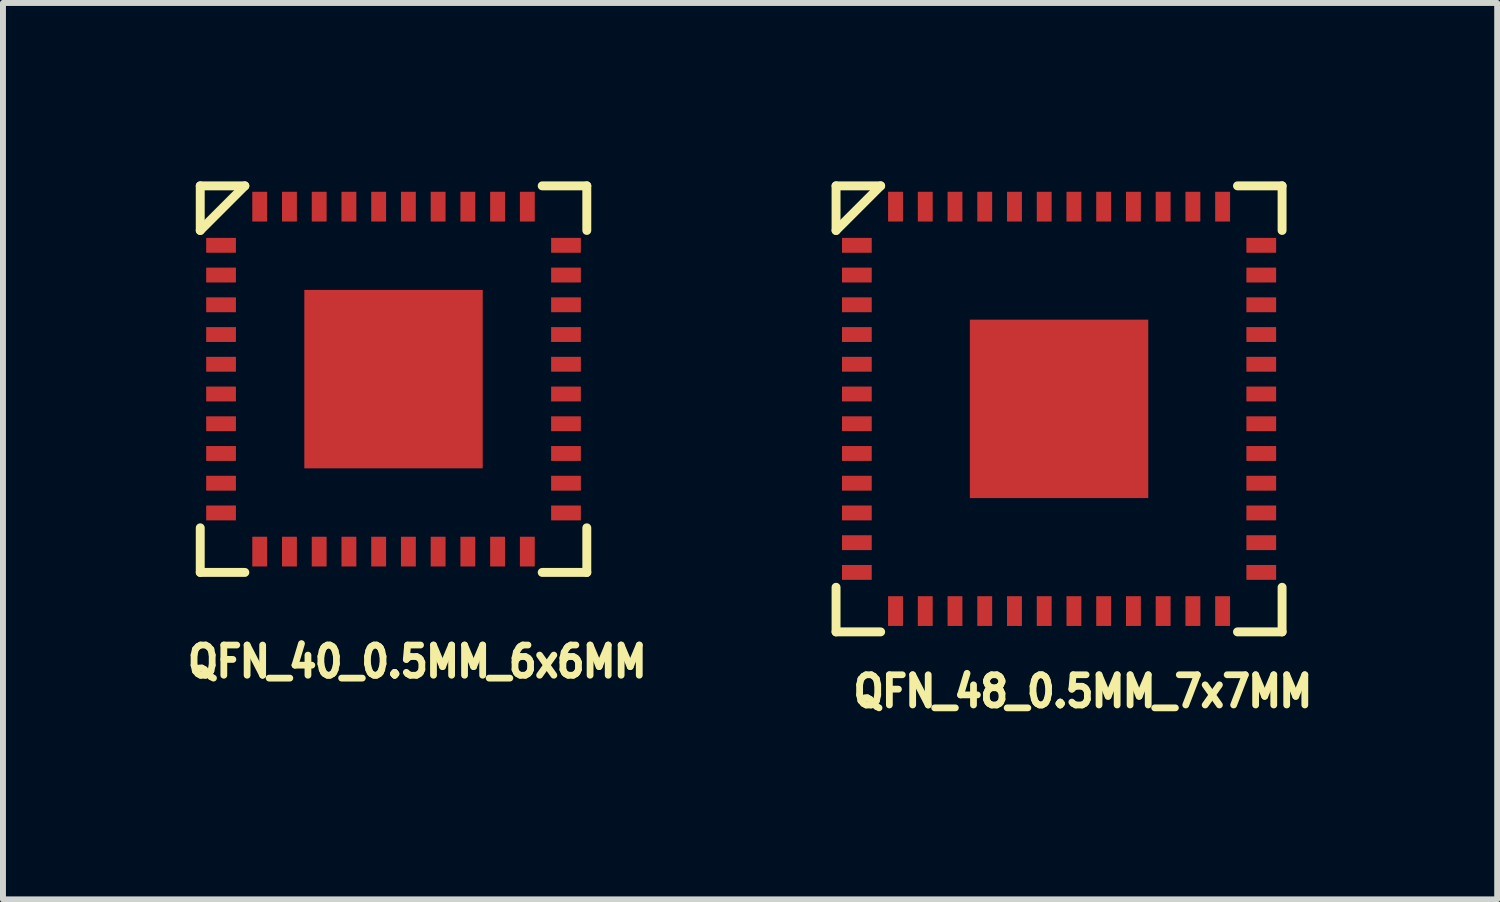
<source format=kicad_pcb>
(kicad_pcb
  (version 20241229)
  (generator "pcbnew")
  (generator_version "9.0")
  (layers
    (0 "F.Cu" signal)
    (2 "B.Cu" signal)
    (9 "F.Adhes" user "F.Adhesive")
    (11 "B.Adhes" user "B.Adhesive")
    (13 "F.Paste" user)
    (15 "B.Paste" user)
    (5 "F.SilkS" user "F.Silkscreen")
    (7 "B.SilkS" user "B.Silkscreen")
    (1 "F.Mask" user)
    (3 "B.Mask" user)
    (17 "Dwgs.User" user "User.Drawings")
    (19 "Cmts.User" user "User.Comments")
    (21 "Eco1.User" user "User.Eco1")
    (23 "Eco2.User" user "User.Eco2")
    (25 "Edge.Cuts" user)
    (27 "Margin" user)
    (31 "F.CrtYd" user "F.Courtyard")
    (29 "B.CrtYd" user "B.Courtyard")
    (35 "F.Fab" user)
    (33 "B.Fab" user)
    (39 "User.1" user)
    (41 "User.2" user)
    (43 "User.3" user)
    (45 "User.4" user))
  (footprint "QFN_48_0.5MM_7x7MM"
    (layer "F.Cu")
    (at 14.758 3.825)
    (property "Reference" "QFN_48_0.5MM_7x7MM" (at 0.4 4.75 0) (layer "F.SilkS") (effects (font (size 0.508 0.457) (thickness 0.114))))
    (attr smd)
    (fp_line (start -3.75 -3.75) (end -3.75 -3) (stroke (width 0.15) (type solid)) (layer "F.SilkS"))
    (fp_line (start -3.75 3) (end -3.75 3.75) (stroke (width 0.15) (type solid)) (layer "F.SilkS"))
    (fp_line (start -3.75 3.75) (end -3 3.75) (stroke (width 0.15) (type solid)) (layer "F.SilkS"))
    (fp_line (start -3 -3.75) (end -3.75 -3.75) (stroke (width 0.15) (type solid)) (layer "F.SilkS"))
    (fp_line (start -3 -3.75) (end -3.75 -3) (stroke (width 0.15) (type solid)) (layer "F.SilkS"))
    (fp_line (start 3 -3.75) (end 3.75 -3.75) (stroke (width 0.15) (type solid)) (layer "F.SilkS"))
    (fp_line (start 3.75 -3.75) (end 3.75 -3) (stroke (width 0.15) (type solid)) (layer "F.SilkS"))
    (fp_line (start 3.75 3) (end 3.75 3.75) (stroke (width 0.15) (type solid)) (layer "F.SilkS"))
    (fp_line (start 3.75 3.75) (end 3 3.75) (stroke (width 0.15) (type solid)) (layer "F.SilkS"))
    (pad "" smd rect (at -1 -1) (size 0.6 0.6) (layers "F.Paste"))
    (pad "" smd rect (at -1 0) (size 0.6 0.6) (layers "F.Paste"))
    (pad "" smd rect (at -1 1) (size 0.6 0.6) (layers "F.Paste"))
    (pad "" smd rect (at 0 -1) (size 0.6 0.6) (layers "F.Paste"))
    (pad "" smd rect (at 0 0) (size 0.6 0.6) (layers "F.Paste"))
    (pad "" smd rect (at 0 1) (size 0.6 0.6) (layers "F.Paste"))
    (pad "" smd rect (at 1 -1) (size 0.6 0.6) (layers "F.Paste"))
    (pad "" smd rect (at 1 0) (size 0.6 0.6) (layers "F.Paste"))
    (pad "" smd rect (at 1 1) (size 0.6 0.6) (layers "F.Paste"))
    (pad "1" smd rect (at -3.4 -2.75 90) (size 0.25 0.5) (layers "F.Cu" "F.Mask" "F.Paste"))
    (pad "2" smd rect (at -3.4 -2.25 90) (size 0.25 0.5) (layers "F.Cu" "F.Mask" "F.Paste"))
    (pad "3" smd rect (at -3.4 -1.75 90) (size 0.25 0.5) (layers "F.Cu" "F.Mask" "F.Paste"))
    (pad "4" smd rect (at -3.4 -1.25 90) (size 0.25 0.5) (layers "F.Cu" "F.Mask" "F.Paste"))
    (pad "5" smd rect (at -3.4 -0.75 90) (size 0.25 0.5) (layers "F.Cu" "F.Mask" "F.Paste"))
    (pad "6" smd rect (at -3.4 -0.25 90) (size 0.25 0.5) (layers "F.Cu" "F.Mask" "F.Paste"))
    (pad "7" smd rect (at -3.4 0.25 90) (size 0.25 0.5) (layers "F.Cu" "F.Mask" "F.Paste"))
    (pad "8" smd rect (at -3.4 0.75 90) (size 0.25 0.5) (layers "F.Cu" "F.Mask" "F.Paste"))
    (pad "9" smd rect (at -3.4 1.25 90) (size 0.25 0.5) (layers "F.Cu" "F.Mask" "F.Paste"))
    (pad "10" smd rect (at -3.4 1.75 90) (size 0.25 0.5) (layers "F.Cu" "F.Mask" "F.Paste"))
    (pad "11" smd rect (at -3.4 2.25 90) (size 0.25 0.5) (layers "F.Cu" "F.Mask" "F.Paste"))
    (pad "12" smd rect (at -3.4 2.75 90) (size 0.25 0.5) (layers "F.Cu" "F.Mask" "F.Paste"))
    (pad "13" smd rect (at -2.75 3.4) (size 0.25 0.5) (layers "F.Cu" "F.Mask" "F.Paste"))
    (pad "14" smd rect (at -2.25 3.4) (size 0.25 0.5) (layers "F.Cu" "F.Mask" "F.Paste"))
    (pad "15" smd rect (at -1.75 3.4) (size 0.25 0.5) (layers "F.Cu" "F.Mask" "F.Paste"))
    (pad "16" smd rect (at -1.25 3.4) (size 0.25 0.5) (layers "F.Cu" "F.Mask" "F.Paste"))
    (pad "17" smd rect (at -0.75 3.4) (size 0.25 0.5) (layers "F.Cu" "F.Mask" "F.Paste"))
    (pad "18" smd rect (at -0.25 3.4) (size 0.25 0.5) (layers "F.Cu" "F.Mask" "F.Paste"))
    (pad "19" smd rect (at 0.25 3.4) (size 0.25 0.5) (layers "F.Cu" "F.Mask" "F.Paste"))
    (pad "20" smd rect (at 0.75 3.4) (size 0.25 0.5) (layers "F.Cu" "F.Mask" "F.Paste"))
    (pad "21" smd rect (at 1.25 3.4) (size 0.25 0.5) (layers "F.Cu" "F.Mask" "F.Paste"))
    (pad "22" smd rect (at 1.75 3.4) (size 0.25 0.5) (layers "F.Cu" "F.Mask" "F.Paste"))
    (pad "23" smd rect (at 2.25 3.4) (size 0.25 0.5) (layers "F.Cu" "F.Mask" "F.Paste"))
    (pad "24" smd rect (at 2.75 3.4) (size 0.25 0.5) (layers "F.Cu" "F.Mask" "F.Paste"))
    (pad "25" smd rect (at 3.4 2.75 90) (size 0.25 0.5) (layers "F.Cu" "F.Mask" "F.Paste"))
    (pad "26" smd rect (at 3.4 2.25 90) (size 0.25 0.5) (layers "F.Cu" "F.Mask" "F.Paste"))
    (pad "27" smd rect (at 3.4 1.75 90) (size 0.25 0.5) (layers "F.Cu" "F.Mask" "F.Paste"))
    (pad "28" smd rect (at 3.4 1.25 90) (size 0.25 0.5) (layers "F.Cu" "F.Mask" "F.Paste"))
    (pad "29" smd rect (at 3.4 0.75 90) (size 0.25 0.5) (layers "F.Cu" "F.Mask" "F.Paste"))
    (pad "30" smd rect (at 3.4 0.25 90) (size 0.25 0.5) (layers "F.Cu" "F.Mask" "F.Paste"))
    (pad "31" smd rect (at 3.4 -0.25 90) (size 0.25 0.5) (layers "F.Cu" "F.Mask" "F.Paste"))
    (pad "32" smd rect (at 3.4 -0.75 90) (size 0.25 0.5) (layers "F.Cu" "F.Mask" "F.Paste"))
    (pad "33" smd rect (at 3.4 -1.25 90) (size 0.25 0.5) (layers "F.Cu" "F.Mask" "F.Paste"))
    (pad "34" smd rect (at 3.4 -1.75 90) (size 0.25 0.5) (layers "F.Cu" "F.Mask" "F.Paste"))
    (pad "35" smd rect (at 3.4 -2.25 90) (size 0.25 0.5) (layers "F.Cu" "F.Mask" "F.Paste"))
    (pad "36" smd rect (at 3.4 -2.75 90) (size 0.25 0.5) (layers "F.Cu" "F.Mask" "F.Paste"))
    (pad "37" smd rect (at 2.75 -3.4) (size 0.25 0.5) (layers "F.Cu" "F.Mask" "F.Paste"))
    (pad "38" smd rect (at 2.25 -3.4) (size 0.25 0.5) (layers "F.Cu" "F.Mask" "F.Paste"))
    (pad "39" smd rect (at 1.75 -3.4) (size 0.25 0.5) (layers "F.Cu" "F.Mask" "F.Paste"))
    (pad "40" smd rect (at 1.25 -3.4) (size 0.25 0.5) (layers "F.Cu" "F.Mask" "F.Paste"))
    (pad "41" smd rect (at 0.75 -3.4) (size 0.25 0.5) (layers "F.Cu" "F.Mask" "F.Paste"))
    (pad "42" smd rect (at 0.25 -3.4) (size 0.25 0.5) (layers "F.Cu" "F.Mask" "F.Paste"))
    (pad "43" smd rect (at -0.25 -3.4) (size 0.25 0.5) (layers "F.Cu" "F.Mask" "F.Paste"))
    (pad "44" smd rect (at -0.75 -3.4) (size 0.25 0.5) (layers "F.Cu" "F.Mask" "F.Paste"))
    (pad "45" smd rect (at -1.25 -3.4) (size 0.25 0.5) (layers "F.Cu" "F.Mask" "F.Paste"))
    (pad "46" smd rect (at -1.75 -3.4) (size 0.25 0.5) (layers "F.Cu" "F.Mask" "F.Paste"))
    (pad "47" smd rect (at -2.25 -3.4) (size 0.25 0.5) (layers "F.Cu" "F.Mask" "F.Paste"))
    (pad "48" smd rect (at -2.75 -3.4) (size 0.25 0.5) (layers "F.Cu" "F.Mask" "F.Paste"))
    (pad "PAD" smd rect (at 0 0) (size 3 3) (layers "F.Cu" "F.Mask")))
  (footprint "QFN_40_0.5MM_6x6MM"
    (layer "F.Cu")
    (at 3.567 3.325)
    (property "Reference" "QFN_40_0.5MM_6x6MM" (at 0.4 4.75 0) (layer "F.SilkS") (effects (font (size 0.508 0.457) (thickness 0.114))))
    (attr through_hole)
    (fp_line (start -3.25 -3.25) (end -3.25 -2.5) (stroke (width 0.15) (type solid)) (layer "F.SilkS"))
    (fp_line (start -3.25 2.5) (end -3.25 3.25) (stroke (width 0.15) (type solid)) (layer "F.SilkS"))
    (fp_line (start -3.25 3.25) (end -2.5 3.25) (stroke (width 0.15) (type solid)) (layer "F.SilkS"))
    (fp_line (start -2.5 -3.25) (end -3.25 -3.25) (stroke (width 0.15) (type solid)) (layer "F.SilkS"))
    (fp_line (start -2.5 -3.25) (end -3.25 -2.5) (stroke (width 0.15) (type solid)) (layer "F.SilkS"))
    (fp_line (start 2.5 -3.25) (end 3.25 -3.25) (stroke (width 0.15) (type solid)) (layer "F.SilkS"))
    (fp_line (start 3.25 -3.25) (end 3.25 -2.5) (stroke (width 0.15) (type solid)) (layer "F.SilkS"))
    (fp_line (start 3.25 2.5) (end 3.25 3.25) (stroke (width 0.15) (type solid)) (layer "F.SilkS"))
    (fp_line (start 3.25 3.25) (end 2.5 3.25) (stroke (width 0.15) (type solid)) (layer "F.SilkS"))
    (pad "1" smd rect (at -2.9 -2.25 90) (size 0.25 0.5) (layers "F.Cu" "F.Mask" "F.Paste"))
    (pad "2" smd rect (at -2.9 -1.75 90) (size 0.25 0.5) (layers "F.Cu" "F.Mask" "F.Paste"))
    (pad "3" smd rect (at -2.9 -1.25 90) (size 0.25 0.5) (layers "F.Cu" "F.Mask" "F.Paste"))
    (pad "4" smd rect (at -2.9 -0.75 90) (size 0.25 0.5) (layers "F.Cu" "F.Mask" "F.Paste"))
    (pad "5" smd rect (at -2.9 -0.25 90) (size 0.25 0.5) (layers "F.Cu" "F.Mask" "F.Paste"))
    (pad "6" smd rect (at -2.9 0.25 90) (size 0.25 0.5) (layers "F.Cu" "F.Mask" "F.Paste"))
    (pad "7" smd rect (at -2.9 0.75 90) (size 0.25 0.5) (layers "F.Cu" "F.Mask" "F.Paste"))
    (pad "8" smd rect (at -2.9 1.25 90) (size 0.25 0.5) (layers "F.Cu" "F.Mask" "F.Paste"))
    (pad "9" smd rect (at -2.9 1.75 90) (size 0.25 0.5) (layers "F.Cu" "F.Mask" "F.Paste"))
    (pad "10" smd rect (at -2.9 2.25 90) (size 0.25 0.5) (layers "F.Cu" "F.Mask" "F.Paste"))
    (pad "11" smd rect (at -2.25 2.9) (size 0.25 0.5) (layers "F.Cu" "F.Mask" "F.Paste"))
    (pad "12" smd rect (at -1.75 2.9) (size 0.25 0.5) (layers "F.Cu" "F.Mask" "F.Paste"))
    (pad "13" smd rect (at -1.25 2.9) (size 0.25 0.5) (layers "F.Cu" "F.Mask" "F.Paste"))
    (pad "14" smd rect (at -0.75 2.9) (size 0.25 0.5) (layers "F.Cu" "F.Mask" "F.Paste"))
    (pad "15" smd rect (at -0.25 2.9) (size 0.25 0.5) (layers "F.Cu" "F.Mask" "F.Paste"))
    (pad "16" smd rect (at 0.25 2.9) (size 0.25 0.5) (layers "F.Cu" "F.Mask" "F.Paste"))
    (pad "17" smd rect (at 0.75 2.9) (size 0.25 0.5) (layers "F.Cu" "F.Mask" "F.Paste"))
    (pad "18" smd rect (at 1.25 2.9) (size 0.25 0.5) (layers "F.Cu" "F.Mask" "F.Paste"))
    (pad "19" smd rect (at 1.75 2.9) (size 0.25 0.5) (layers "F.Cu" "F.Mask" "F.Paste"))
    (pad "20" smd rect (at 2.25 2.9) (size 0.25 0.5) (layers "F.Cu" "F.Mask" "F.Paste"))
    (pad "21" smd rect (at 2.9 2.25 90) (size 0.25 0.5) (layers "F.Cu" "F.Mask" "F.Paste"))
    (pad "22" smd rect (at 2.9 1.75 90) (size 0.25 0.5) (layers "F.Cu" "F.Mask" "F.Paste"))
    (pad "23" smd rect (at 2.9 1.25 90) (size 0.25 0.5) (layers "F.Cu" "F.Mask" "F.Paste"))
    (pad "24" smd rect (at 2.9 0.75 90) (size 0.25 0.5) (layers "F.Cu" "F.Mask" "F.Paste"))
    (pad "25" smd rect (at 2.9 0.25 90) (size 0.25 0.5) (layers "F.Cu" "F.Mask" "F.Paste"))
    (pad "26" smd rect (at 2.9 -0.25 90) (size 0.25 0.5) (layers "F.Cu" "F.Mask" "F.Paste"))
    (pad "27" smd rect (at 2.9 -0.75 90) (size 0.25 0.5) (layers "F.Cu" "F.Mask" "F.Paste"))
    (pad "28" smd rect (at 2.9 -1.25 90) (size 0.25 0.5) (layers "F.Cu" "F.Mask" "F.Paste"))
    (pad "29" smd rect (at 2.9 -1.75 90) (size 0.25 0.5) (layers "F.Cu" "F.Mask" "F.Paste"))
    (pad "30" smd rect (at 2.9 -2.25 90) (size 0.25 0.5) (layers "F.Cu" "F.Mask" "F.Paste"))
    (pad "31" smd rect (at 2.25 -2.9) (size 0.25 0.5) (layers "F.Cu" "F.Mask" "F.Paste"))
    (pad "32" smd rect (at 1.75 -2.9) (size 0.25 0.5) (layers "F.Cu" "F.Mask" "F.Paste"))
    (pad "33" smd rect (at 1.25 -2.9) (size 0.25 0.5) (layers "F.Cu" "F.Mask" "F.Paste"))
    (pad "34" smd rect (at 0.75 -2.9) (size 0.25 0.5) (layers "F.Cu" "F.Mask" "F.Paste"))
    (pad "35" smd rect (at 0.25 -2.9) (size 0.25 0.5) (layers "F.Cu" "F.Mask" "F.Paste"))
    (pad "36" smd rect (at -0.25 -2.9) (size 0.25 0.5) (layers "F.Cu" "F.Mask" "F.Paste"))
    (pad "37" smd rect (at -0.75 -2.9) (size 0.25 0.5) (layers "F.Cu" "F.Mask" "F.Paste"))
    (pad "38" smd rect (at -1.25 -2.9) (size 0.25 0.5) (layers "F.Cu" "F.Mask" "F.Paste"))
    (pad "39" smd rect (at -1.75 -2.9) (size 0.25 0.5) (layers "F.Cu" "F.Mask" "F.Paste"))
    (pad "40" smd rect (at -2.25 -2.9) (size 0.25 0.5) (layers "F.Cu" "F.Mask" "F.Paste"))
    (pad "PAD" smd rect (at -1 -1) (size 0.75 0.75) (layers "F.Cu" "F.Paste"))
    (pad "PAD" smd rect (at -1 0) (size 0.75 0.75) (layers "F.Cu" "F.Paste"))
    (pad "PAD" smd rect (at -1 1) (size 0.75 0.75) (layers "F.Cu" "F.Paste"))
    (pad "PAD" smd rect (at 0 -1) (size 0.75 0.75) (layers "F.Cu" "F.Paste"))
    (pad "PAD" smd rect (at 0 0) (size 0.75 0.75) (layers "F.Cu" "F.Paste"))
    (pad "PAD" smd rect (at 0 0) (size 3 3) (layers "F.Cu" "F.Mask"))
    (pad "PAD" smd rect (at 0 1) (size 0.75 0.75) (layers "F.Cu" "F.Paste"))
    (pad "PAD" smd rect (at 1 -1) (size 0.75 0.75) (layers "F.Cu" "F.Paste"))
    (pad "PAD" smd rect (at 1 0) (size 0.75 0.75) (layers "F.Cu" "F.Paste"))
    (pad "PAD" smd rect (at 1 1) (size 0.75 0.75) (layers "F.Cu" "F.Paste")))
  (gr_rect
    (start -3 -3)
    (end 22.125 12.073)
    (stroke (width 0.1) (type default))
    (fill no)
    (layer "Edge.Cuts")))
</source>
